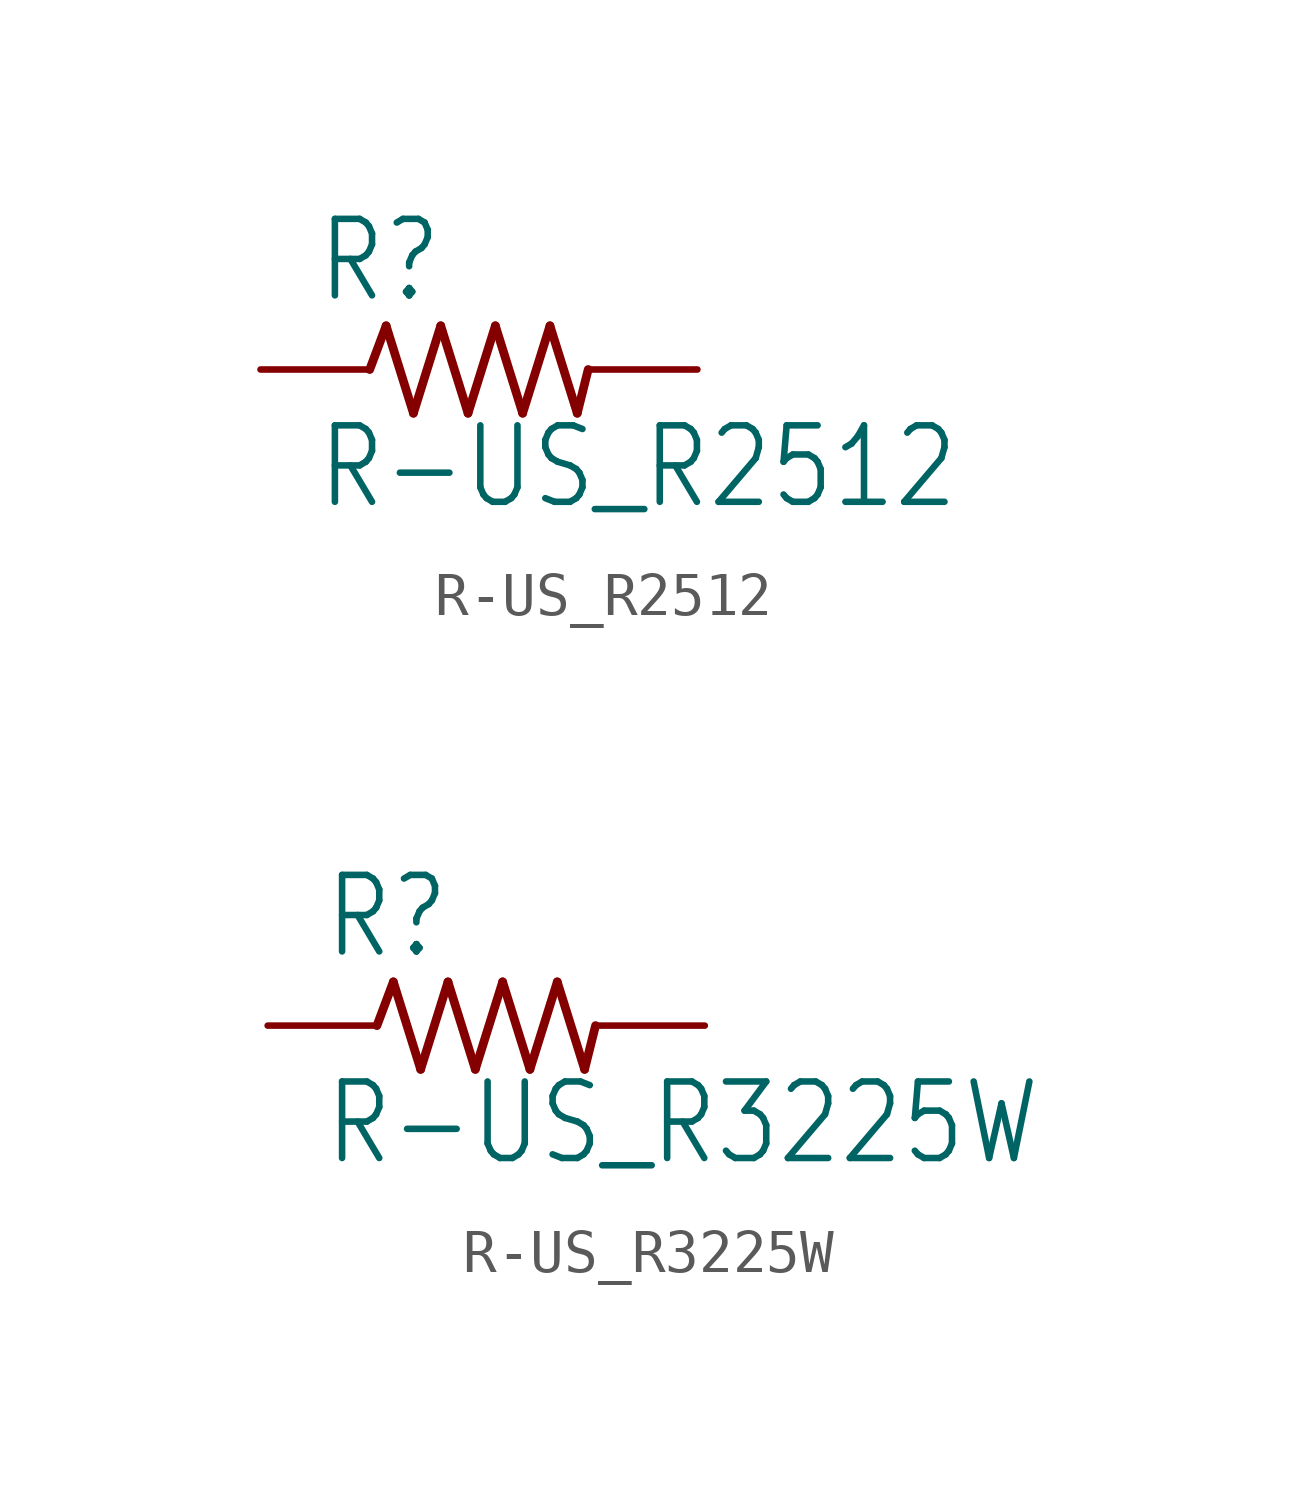
<source format=kicad_sym>
(kicad_symbol_lib
  (version 20211014)
  (generator kicad_symbol_editor)
  (symbol "R-US_R2512"
    (property "Reference" "R"
      (at -3.81 1.499 0)
      (effects (font (size 1.778 1.511)) (justify left bottom)))
    (property "Value" "R-US_R2512"
      (at -3.81 -3.302 0)
      (effects (font (size 1.778 1.511)) (justify left bottom)))
    (property "ki_locked" ""
      (at 0 0 0)
      (effects (font (size 1.27 1.27))))
    (symbol "R-US_R2512_1_0"
      (polyline (pts (xy -2.54 0) (xy -2.159 1.016)) (stroke (width 0.203) (type default) (color 0 0 0 0)) (fill (type none)))
      (polyline (pts (xy -2.159 1.016) (xy -1.524 -1.016)) (stroke (width 0.203) (type default) (color 0 0 0 0)) (fill (type none)))
      (polyline (pts (xy -1.524 -1.016) (xy -0.889 1.016)) (stroke (width 0.203) (type default) (color 0 0 0 0)) (fill (type none)))
      (polyline (pts (xy -0.889 1.016) (xy -0.254 -1.016)) (stroke (width 0.203) (type default) (color 0 0 0 0)) (fill (type none)))
      (polyline (pts (xy -0.254 -1.016) (xy 0.381 1.016)) (stroke (width 0.203) (type default) (color 0 0 0 0)) (fill (type none)))
      (polyline (pts (xy 0.381 1.016) (xy 1.016 -1.016)) (stroke (width 0.203) (type default) (color 0 0 0 0)) (fill (type none)))
      (polyline (pts (xy 1.016 -1.016) (xy 1.651 1.016)) (stroke (width 0.203) (type default) (color 0 0 0 0)) (fill (type none)))
      (polyline (pts (xy 1.651 1.016) (xy 2.286 -1.016)) (stroke (width 0.203) (type default) (color 0 0 0 0)) (fill (type none)))
      (polyline (pts (xy 2.286 -1.016) (xy 2.54 0)) (stroke (width 0.203) (type default) (color 0 0 0 0)) (fill (type none)))
      (pin passive line (at -5.08 0 0) (length 2.54) (name "1" (effects (font (size 0 0)))) (number "1" (effects (font (size 0 0)))))
      (pin passive line (at 5.08 0 180) (length 2.54) (name "2" (effects (font (size 0 0)))) (number "2" (effects (font (size 0 0)))))))
  (symbol "R-US_R3225W"
    (property "Reference" "R"
      (at -3.81 1.499 0)
      (effects (font (size 1.778 1.511)) (justify left bottom)))
    (property "Value" "R-US_R3225W"
      (at -3.81 -3.302 0)
      (effects (font (size 1.778 1.511)) (justify left bottom)))
    (property "ki_locked" ""
      (at 0 0 0)
      (effects (font (size 1.27 1.27))))
    (symbol "R-US_R3225W_1_0"
      (polyline (pts (xy -2.54 0) (xy -2.159 1.016)) (stroke (width 0.203) (type default) (color 0 0 0 0)) (fill (type none)))
      (polyline (pts (xy -2.159 1.016) (xy -1.524 -1.016)) (stroke (width 0.203) (type default) (color 0 0 0 0)) (fill (type none)))
      (polyline (pts (xy -1.524 -1.016) (xy -0.889 1.016)) (stroke (width 0.203) (type default) (color 0 0 0 0)) (fill (type none)))
      (polyline (pts (xy -0.889 1.016) (xy -0.254 -1.016)) (stroke (width 0.203) (type default) (color 0 0 0 0)) (fill (type none)))
      (polyline (pts (xy -0.254 -1.016) (xy 0.381 1.016)) (stroke (width 0.203) (type default) (color 0 0 0 0)) (fill (type none)))
      (polyline (pts (xy 0.381 1.016) (xy 1.016 -1.016)) (stroke (width 0.203) (type default) (color 0 0 0 0)) (fill (type none)))
      (polyline (pts (xy 1.016 -1.016) (xy 1.651 1.016)) (stroke (width 0.203) (type default) (color 0 0 0 0)) (fill (type none)))
      (polyline (pts (xy 1.651 1.016) (xy 2.286 -1.016)) (stroke (width 0.203) (type default) (color 0 0 0 0)) (fill (type none)))
      (polyline (pts (xy 2.286 -1.016) (xy 2.54 0)) (stroke (width 0.203) (type default) (color 0 0 0 0)) (fill (type none)))
      (pin passive line (at -5.08 0 0) (length 2.54) (name "1" (effects (font (size 0 0)))) (number "1" (effects (font (size 0 0)))))
      (pin passive line (at 5.08 0 180) (length 2.54) (name "2" (effects (font (size 0 0)))) (number "2" (effects (font (size 0 0))))))))
</source>
